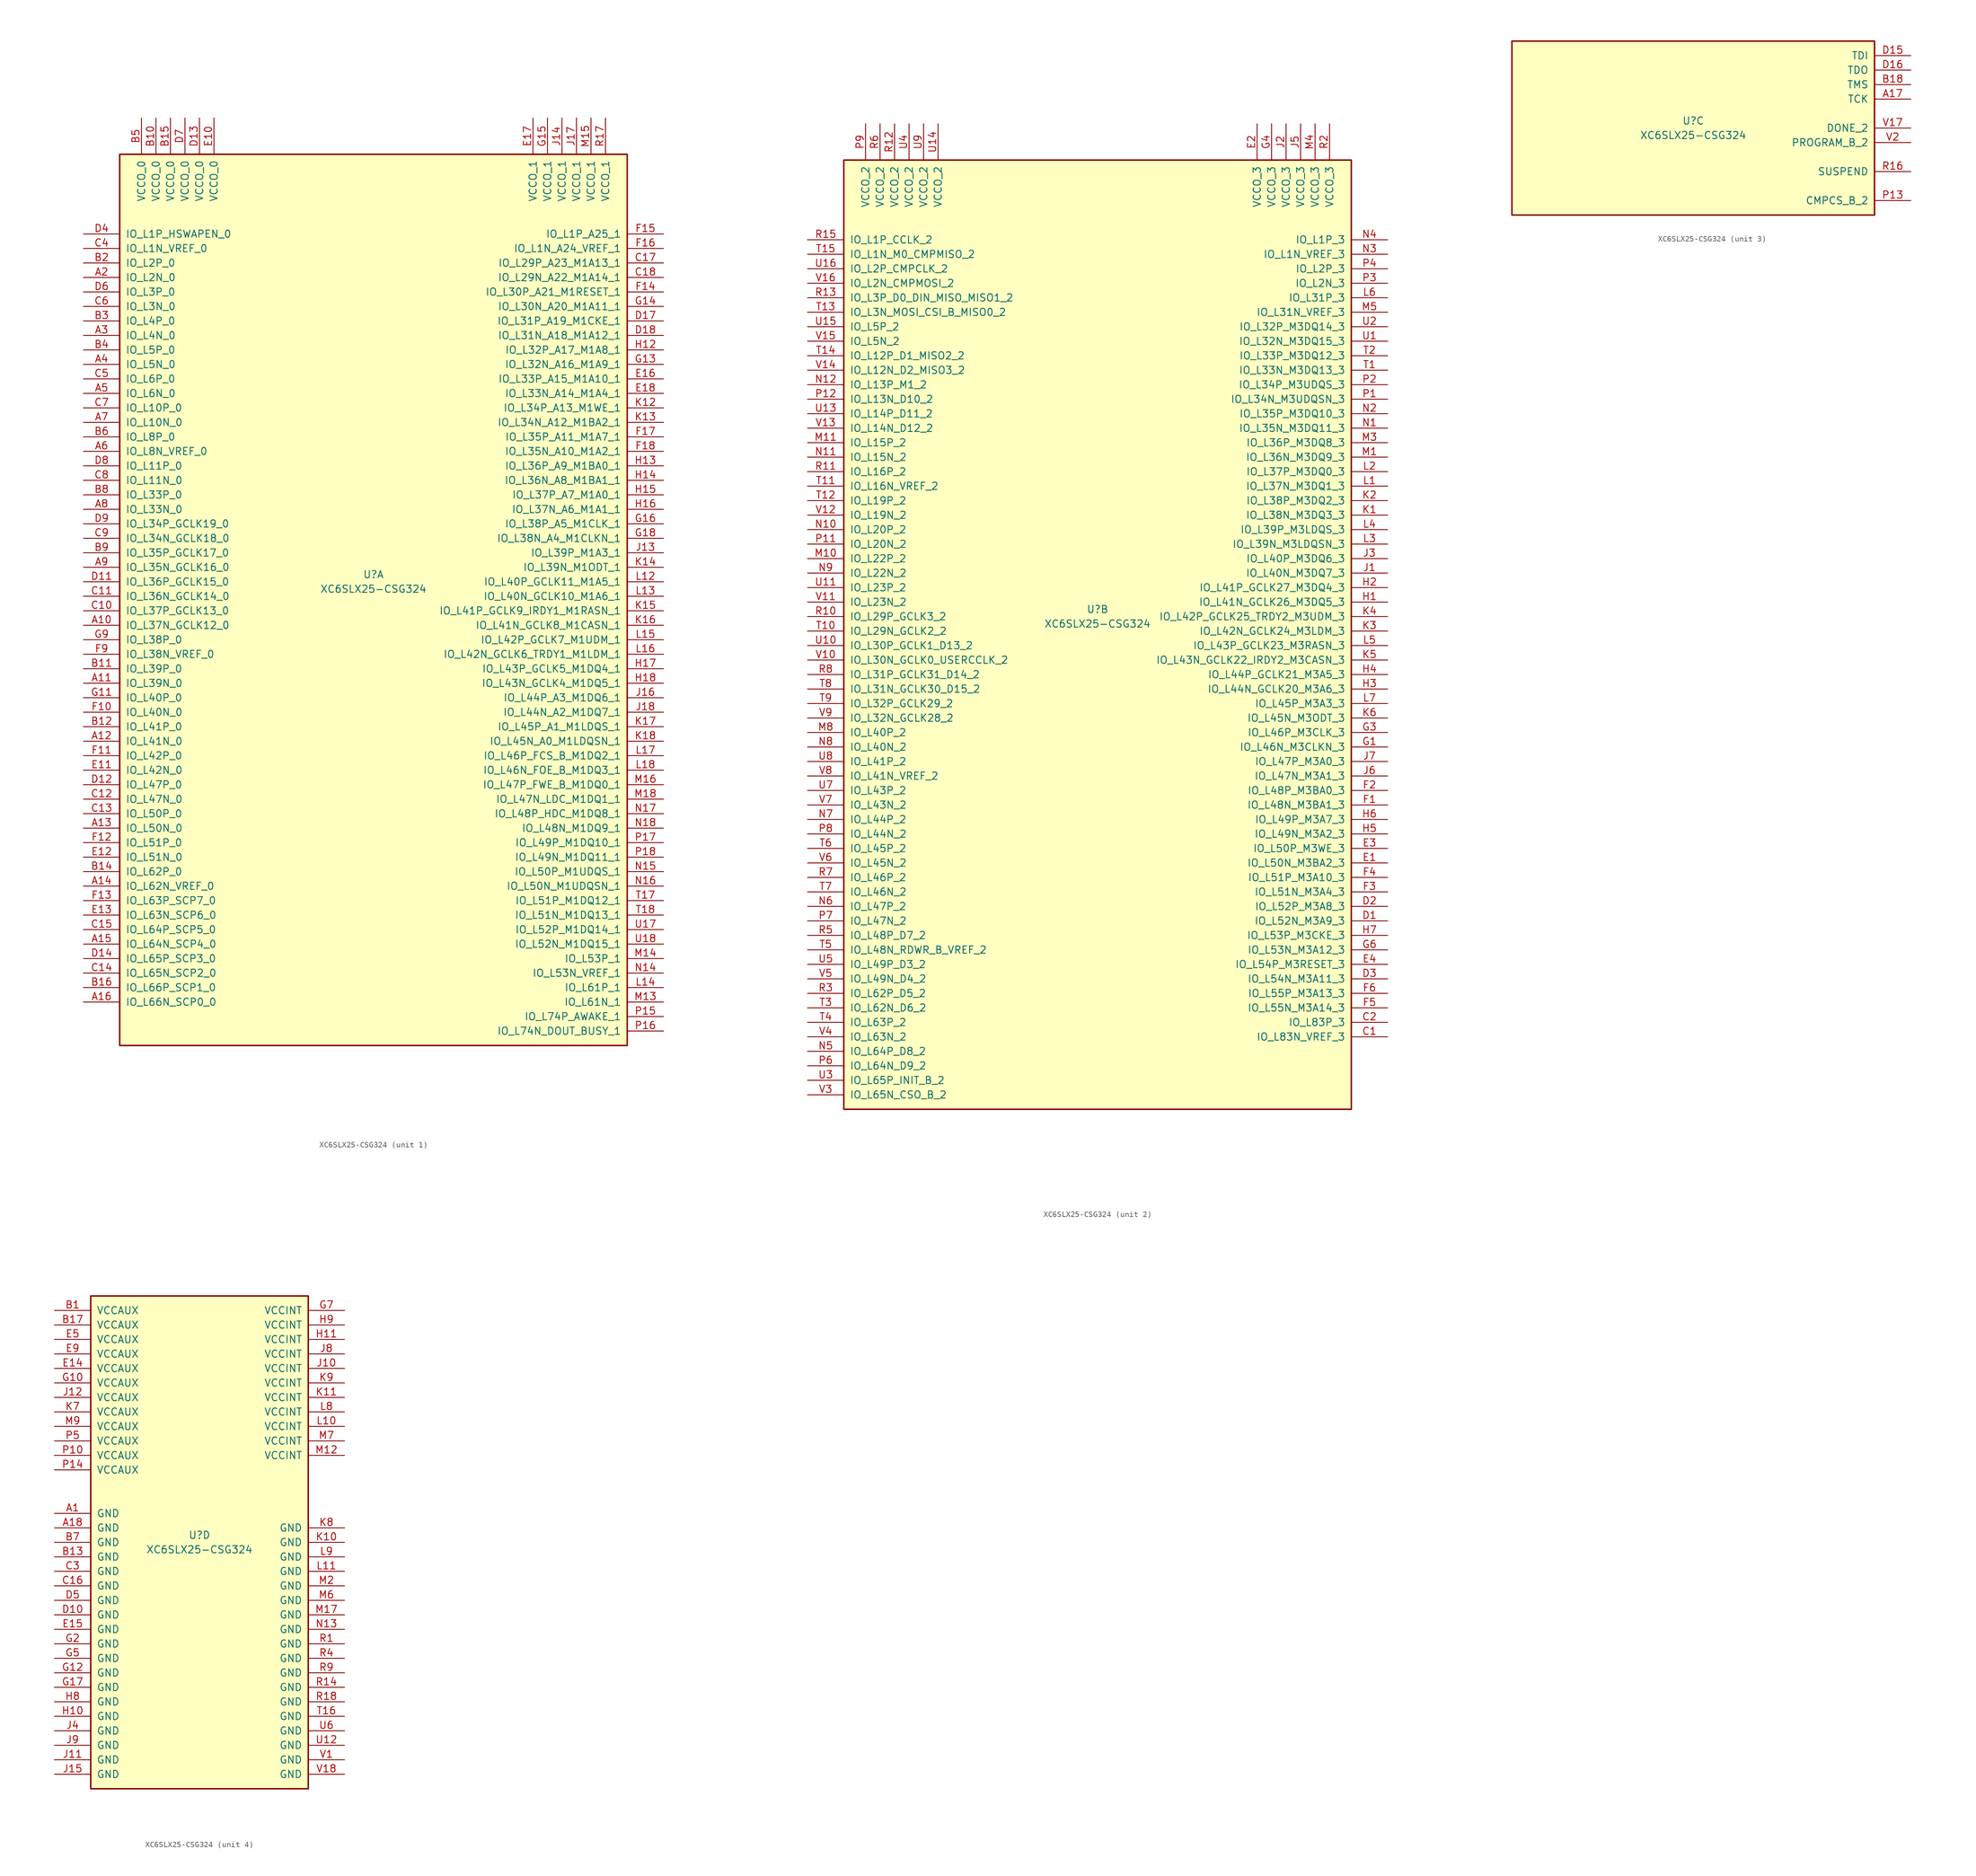
<source format=kicad_sym>
(kicad_symbol_lib
  (version 20201005)
  (generator kicad_symbol_editor)
  (symbol "XC6SLX25-CSG324"
    (pin_names
      (offset 1.016))
    (property "Reference" "U"
      (at 0 1.27 0)
      (effects (font (size 1.27 1.27))))
    (property "Value" "XC6SLX25-CSG324"
      (at 0 -1.27 0)
      (effects (font (size 1.27 1.27))))
    (property "Datasheet" ""
      (at 0 0 0)
      (effects (font (size 1.27 1.27))))
    (property "ki_locked" ""
      (at 0 0 0)
      (effects (font (size 1.27 1.27))))
    (symbol "XC6SLX25-CSG324_1_1"
      (rectangle (start -44.45 74.93) (end 44.45 -81.28) (stroke (width 0.254)) (fill (type background)))
      (pin power_in line (at -40.64 81.28 270) (length 6.35) (name "VCCO_0" (effects (font (size 1.27 1.27)))) (number "B5" (effects (font (size 1.27 1.27)))))
      (pin power_in line (at -38.1 81.28 270) (length 6.35) (name "VCCO_0" (effects (font (size 1.27 1.27)))) (number "B10" (effects (font (size 1.27 1.27)))))
      (pin power_in line (at -35.56 81.28 270) (length 6.35) (name "VCCO_0" (effects (font (size 1.27 1.27)))) (number "B15" (effects (font (size 1.27 1.27)))))
      (pin power_in line (at -33.02 81.28 270) (length 6.35) (name "VCCO_0" (effects (font (size 1.27 1.27)))) (number "D7" (effects (font (size 1.27 1.27)))))
      (pin power_in line (at -30.48 81.28 270) (length 6.35) (name "VCCO_0" (effects (font (size 1.27 1.27)))) (number "D13" (effects (font (size 1.27 1.27)))))
      (pin power_in line (at -27.94 81.28 270) (length 6.35) (name "VCCO_0" (effects (font (size 1.27 1.27)))) (number "E10" (effects (font (size 1.27 1.27)))))
      (pin bidirectional line (at -50.8 60.96 0) (length 6.35) (name "IO_L1P_HSWAPEN_0" (effects (font (size 1.27 1.27)))) (number "D4" (effects (font (size 1.27 1.27)))))
      (pin bidirectional line (at -50.8 58.42 0) (length 6.35) (name "IO_L1N_VREF_0" (effects (font (size 1.27 1.27)))) (number "C4" (effects (font (size 1.27 1.27)))))
      (pin bidirectional line (at -50.8 55.88 0) (length 6.35) (name "IO_L2P_0" (effects (font (size 1.27 1.27)))) (number "B2" (effects (font (size 1.27 1.27)))))
      (pin bidirectional line (at -50.8 53.34 0) (length 6.35) (name "IO_L2N_0" (effects (font (size 1.27 1.27)))) (number "A2" (effects (font (size 1.27 1.27)))))
      (pin bidirectional line (at -50.8 50.8 0) (length 6.35) (name "IO_L3P_0" (effects (font (size 1.27 1.27)))) (number "D6" (effects (font (size 1.27 1.27)))))
      (pin bidirectional line (at -50.8 48.26 0) (length 6.35) (name "IO_L3N_0" (effects (font (size 1.27 1.27)))) (number "C6" (effects (font (size 1.27 1.27)))))
      (pin bidirectional line (at -50.8 45.72 0) (length 6.35) (name "IO_L4P_0" (effects (font (size 1.27 1.27)))) (number "B3" (effects (font (size 1.27 1.27)))))
      (pin bidirectional line (at -50.8 43.18 0) (length 6.35) (name "IO_L4N_0" (effects (font (size 1.27 1.27)))) (number "A3" (effects (font (size 1.27 1.27)))))
      (pin bidirectional line (at -50.8 40.64 0) (length 6.35) (name "IO_L5P_0" (effects (font (size 1.27 1.27)))) (number "B4" (effects (font (size 1.27 1.27)))))
      (pin bidirectional line (at -50.8 38.1 0) (length 6.35) (name "IO_L5N_0" (effects (font (size 1.27 1.27)))) (number "A4" (effects (font (size 1.27 1.27)))))
      (pin bidirectional line (at -50.8 35.56 0) (length 6.35) (name "IO_L6P_0" (effects (font (size 1.27 1.27)))) (number "C5" (effects (font (size 1.27 1.27)))))
      (pin bidirectional line (at -50.8 33.02 0) (length 6.35) (name "IO_L6N_0" (effects (font (size 1.27 1.27)))) (number "A5" (effects (font (size 1.27 1.27)))))
      (pin bidirectional line (at -50.8 30.48 0) (length 6.35) (name "IO_L10P_0" (effects (font (size 1.27 1.27)))) (number "C7" (effects (font (size 1.27 1.27)))))
      (pin bidirectional line (at -50.8 27.94 0) (length 6.35) (name "IO_L10N_0" (effects (font (size 1.27 1.27)))) (number "A7" (effects (font (size 1.27 1.27)))))
      (pin bidirectional line (at -50.8 25.4 0) (length 6.35) (name "IO_L8P_0" (effects (font (size 1.27 1.27)))) (number "B6" (effects (font (size 1.27 1.27)))))
      (pin bidirectional line (at -50.8 22.86 0) (length 6.35) (name "IO_L8N_VREF_0" (effects (font (size 1.27 1.27)))) (number "A6" (effects (font (size 1.27 1.27)))))
      (pin bidirectional line (at -50.8 20.32 0) (length 6.35) (name "IO_L11P_0" (effects (font (size 1.27 1.27)))) (number "D8" (effects (font (size 1.27 1.27)))))
      (pin bidirectional line (at -50.8 17.78 0) (length 6.35) (name "IO_L11N_0" (effects (font (size 1.27 1.27)))) (number "C8" (effects (font (size 1.27 1.27)))))
      (pin bidirectional line (at -50.8 15.24 0) (length 6.35) (name "IO_L33P_0" (effects (font (size 1.27 1.27)))) (number "B8" (effects (font (size 1.27 1.27)))))
      (pin bidirectional line (at -50.8 12.7 0) (length 6.35) (name "IO_L33N_0" (effects (font (size 1.27 1.27)))) (number "A8" (effects (font (size 1.27 1.27)))))
      (pin bidirectional line (at -50.8 10.16 0) (length 6.35) (name "IO_L34P_GCLK19_0" (effects (font (size 1.27 1.27)))) (number "D9" (effects (font (size 1.27 1.27)))))
      (pin bidirectional line (at -50.8 7.62 0) (length 6.35) (name "IO_L34N_GCLK18_0" (effects (font (size 1.27 1.27)))) (number "C9" (effects (font (size 1.27 1.27)))))
      (pin bidirectional line (at -50.8 5.08 0) (length 6.35) (name "IO_L35P_GCLK17_0" (effects (font (size 1.27 1.27)))) (number "B9" (effects (font (size 1.27 1.27)))))
      (pin bidirectional line (at -50.8 2.54 0) (length 6.35) (name "IO_L35N_GCLK16_0" (effects (font (size 1.27 1.27)))) (number "A9" (effects (font (size 1.27 1.27)))))
      (pin bidirectional line (at -50.8 0 0) (length 6.35) (name "IO_L36P_GCLK15_0" (effects (font (size 1.27 1.27)))) (number "D11" (effects (font (size 1.27 1.27)))))
      (pin bidirectional line (at -50.8 -2.54 0) (length 6.35) (name "IO_L36N_GCLK14_0" (effects (font (size 1.27 1.27)))) (number "C11" (effects (font (size 1.27 1.27)))))
      (pin bidirectional line (at -50.8 -5.08 0) (length 6.35) (name "IO_L37P_GCLK13_0" (effects (font (size 1.27 1.27)))) (number "C10" (effects (font (size 1.27 1.27)))))
      (pin bidirectional line (at -50.8 -7.62 0) (length 6.35) (name "IO_L37N_GCLK12_0" (effects (font (size 1.27 1.27)))) (number "A10" (effects (font (size 1.27 1.27)))))
      (pin bidirectional line (at -50.8 -10.16 0) (length 6.35) (name "IO_L38P_0" (effects (font (size 1.27 1.27)))) (number "G9" (effects (font (size 1.27 1.27)))))
      (pin bidirectional line (at -50.8 -12.7 0) (length 6.35) (name "IO_L38N_VREF_0" (effects (font (size 1.27 1.27)))) (number "F9" (effects (font (size 1.27 1.27)))))
      (pin bidirectional line (at -50.8 -15.24 0) (length 6.35) (name "IO_L39P_0" (effects (font (size 1.27 1.27)))) (number "B11" (effects (font (size 1.27 1.27)))))
      (pin bidirectional line (at -50.8 -17.78 0) (length 6.35) (name "IO_L39N_0" (effects (font (size 1.27 1.27)))) (number "A11" (effects (font (size 1.27 1.27)))))
      (pin bidirectional line (at -50.8 -20.32 0) (length 6.35) (name "IO_L40P_0" (effects (font (size 1.27 1.27)))) (number "G11" (effects (font (size 1.27 1.27)))))
      (pin bidirectional line (at -50.8 -22.86 0) (length 6.35) (name "IO_L40N_0" (effects (font (size 1.27 1.27)))) (number "F10" (effects (font (size 1.27 1.27)))))
      (pin bidirectional line (at -50.8 -25.4 0) (length 6.35) (name "IO_L41P_0" (effects (font (size 1.27 1.27)))) (number "B12" (effects (font (size 1.27 1.27)))))
      (pin bidirectional line (at -50.8 -27.94 0) (length 6.35) (name "IO_L41N_0" (effects (font (size 1.27 1.27)))) (number "A12" (effects (font (size 1.27 1.27)))))
      (pin bidirectional line (at -50.8 -30.48 0) (length 6.35) (name "IO_L42P_0" (effects (font (size 1.27 1.27)))) (number "F11" (effects (font (size 1.27 1.27)))))
      (pin bidirectional line (at -50.8 -33.02 0) (length 6.35) (name "IO_L42N_0" (effects (font (size 1.27 1.27)))) (number "E11" (effects (font (size 1.27 1.27)))))
      (pin bidirectional line (at -50.8 -35.56 0) (length 6.35) (name "IO_L47P_0" (effects (font (size 1.27 1.27)))) (number "D12" (effects (font (size 1.27 1.27)))))
      (pin bidirectional line (at -50.8 -38.1 0) (length 6.35) (name "IO_L47N_0" (effects (font (size 1.27 1.27)))) (number "C12" (effects (font (size 1.27 1.27)))))
      (pin bidirectional line (at -50.8 -40.64 0) (length 6.35) (name "IO_L50P_0" (effects (font (size 1.27 1.27)))) (number "C13" (effects (font (size 1.27 1.27)))))
      (pin bidirectional line (at -50.8 -43.18 0) (length 6.35) (name "IO_L50N_0" (effects (font (size 1.27 1.27)))) (number "A13" (effects (font (size 1.27 1.27)))))
      (pin bidirectional line (at -50.8 -45.72 0) (length 6.35) (name "IO_L51P_0" (effects (font (size 1.27 1.27)))) (number "F12" (effects (font (size 1.27 1.27)))))
      (pin bidirectional line (at -50.8 -48.26 0) (length 6.35) (name "IO_L51N_0" (effects (font (size 1.27 1.27)))) (number "E12" (effects (font (size 1.27 1.27)))))
      (pin bidirectional line (at -50.8 -50.8 0) (length 6.35) (name "IO_L62P_0" (effects (font (size 1.27 1.27)))) (number "B14" (effects (font (size 1.27 1.27)))))
      (pin bidirectional line (at -50.8 -53.34 0) (length 6.35) (name "IO_L62N_VREF_0" (effects (font (size 1.27 1.27)))) (number "A14" (effects (font (size 1.27 1.27)))))
      (pin bidirectional line (at -50.8 -55.88 0) (length 6.35) (name "IO_L63P_SCP7_0" (effects (font (size 1.27 1.27)))) (number "F13" (effects (font (size 1.27 1.27)))))
      (pin bidirectional line (at -50.8 -58.42 0) (length 6.35) (name "IO_L63N_SCP6_0" (effects (font (size 1.27 1.27)))) (number "E13" (effects (font (size 1.27 1.27)))))
      (pin bidirectional line (at -50.8 -60.96 0) (length 6.35) (name "IO_L64P_SCP5_0" (effects (font (size 1.27 1.27)))) (number "C15" (effects (font (size 1.27 1.27)))))
      (pin bidirectional line (at -50.8 -63.5 0) (length 6.35) (name "IO_L64N_SCP4_0" (effects (font (size 1.27 1.27)))) (number "A15" (effects (font (size 1.27 1.27)))))
      (pin bidirectional line (at -50.8 -66.04 0) (length 6.35) (name "IO_L65P_SCP3_0" (effects (font (size 1.27 1.27)))) (number "D14" (effects (font (size 1.27 1.27)))))
      (pin bidirectional line (at -50.8 -68.58 0) (length 6.35) (name "IO_L65N_SCP2_0" (effects (font (size 1.27 1.27)))) (number "C14" (effects (font (size 1.27 1.27)))))
      (pin bidirectional line (at -50.8 -71.12 0) (length 6.35) (name "IO_L66P_SCP1_0" (effects (font (size 1.27 1.27)))) (number "B16" (effects (font (size 1.27 1.27)))))
      (pin bidirectional line (at -50.8 -73.66 0) (length 6.35) (name "IO_L66N_SCP0_0" (effects (font (size 1.27 1.27)))) (number "A16" (effects (font (size 1.27 1.27)))))
      (pin power_in line (at 27.94 81.28 270) (length 6.35) (name "VCCO_1" (effects (font (size 1.27 1.27)))) (number "E17" (effects (font (size 1.27 1.27)))))
      (pin power_in line (at 30.48 81.28 270) (length 6.35) (name "VCCO_1" (effects (font (size 1.27 1.27)))) (number "G15" (effects (font (size 1.27 1.27)))))
      (pin power_in line (at 33.02 81.28 270) (length 6.35) (name "VCCO_1" (effects (font (size 1.27 1.27)))) (number "J14" (effects (font (size 1.27 1.27)))))
      (pin power_in line (at 35.56 81.28 270) (length 6.35) (name "VCCO_1" (effects (font (size 1.27 1.27)))) (number "J17" (effects (font (size 1.27 1.27)))))
      (pin power_in line (at 38.1 81.28 270) (length 6.35) (name "VCCO_1" (effects (font (size 1.27 1.27)))) (number "M15" (effects (font (size 1.27 1.27)))))
      (pin power_in line (at 40.64 81.28 270) (length 6.35) (name "VCCO_1" (effects (font (size 1.27 1.27)))) (number "R17" (effects (font (size 1.27 1.27)))))
      (pin bidirectional line (at 50.8 60.96 180) (length 6.35) (name "IO_L1P_A25_1" (effects (font (size 1.27 1.27)))) (number "F15" (effects (font (size 1.27 1.27)))))
      (pin bidirectional line (at 50.8 58.42 180) (length 6.35) (name "IO_L1N_A24_VREF_1" (effects (font (size 1.27 1.27)))) (number "F16" (effects (font (size 1.27 1.27)))))
      (pin bidirectional line (at 50.8 55.88 180) (length 6.35) (name "IO_L29P_A23_M1A13_1" (effects (font (size 1.27 1.27)))) (number "C17" (effects (font (size 1.27 1.27)))))
      (pin bidirectional line (at 50.8 53.34 180) (length 6.35) (name "IO_L29N_A22_M1A14_1" (effects (font (size 1.27 1.27)))) (number "C18" (effects (font (size 1.27 1.27)))))
      (pin bidirectional line (at 50.8 50.8 180) (length 6.35) (name "IO_L30P_A21_M1RESET_1" (effects (font (size 1.27 1.27)))) (number "F14" (effects (font (size 1.27 1.27)))))
      (pin bidirectional line (at 50.8 48.26 180) (length 6.35) (name "IO_L30N_A20_M1A11_1" (effects (font (size 1.27 1.27)))) (number "G14" (effects (font (size 1.27 1.27)))))
      (pin bidirectional line (at 50.8 45.72 180) (length 6.35) (name "IO_L31P_A19_M1CKE_1" (effects (font (size 1.27 1.27)))) (number "D17" (effects (font (size 1.27 1.27)))))
      (pin bidirectional line (at 50.8 43.18 180) (length 6.35) (name "IO_L31N_A18_M1A12_1" (effects (font (size 1.27 1.27)))) (number "D18" (effects (font (size 1.27 1.27)))))
      (pin bidirectional line (at 50.8 40.64 180) (length 6.35) (name "IO_L32P_A17_M1A8_1" (effects (font (size 1.27 1.27)))) (number "H12" (effects (font (size 1.27 1.27)))))
      (pin bidirectional line (at 50.8 38.1 180) (length 6.35) (name "IO_L32N_A16_M1A9_1" (effects (font (size 1.27 1.27)))) (number "G13" (effects (font (size 1.27 1.27)))))
      (pin bidirectional line (at 50.8 35.56 180) (length 6.35) (name "IO_L33P_A15_M1A10_1" (effects (font (size 1.27 1.27)))) (number "E16" (effects (font (size 1.27 1.27)))))
      (pin bidirectional line (at 50.8 33.02 180) (length 6.35) (name "IO_L33N_A14_M1A4_1" (effects (font (size 1.27 1.27)))) (number "E18" (effects (font (size 1.27 1.27)))))
      (pin bidirectional line (at 50.8 30.48 180) (length 6.35) (name "IO_L34P_A13_M1WE_1" (effects (font (size 1.27 1.27)))) (number "K12" (effects (font (size 1.27 1.27)))))
      (pin bidirectional line (at 50.8 27.94 180) (length 6.35) (name "IO_L34N_A12_M1BA2_1" (effects (font (size 1.27 1.27)))) (number "K13" (effects (font (size 1.27 1.27)))))
      (pin bidirectional line (at 50.8 25.4 180) (length 6.35) (name "IO_L35P_A11_M1A7_1" (effects (font (size 1.27 1.27)))) (number "F17" (effects (font (size 1.27 1.27)))))
      (pin bidirectional line (at 50.8 22.86 180) (length 6.35) (name "IO_L35N_A10_M1A2_1" (effects (font (size 1.27 1.27)))) (number "F18" (effects (font (size 1.27 1.27)))))
      (pin bidirectional line (at 50.8 20.32 180) (length 6.35) (name "IO_L36P_A9_M1BA0_1" (effects (font (size 1.27 1.27)))) (number "H13" (effects (font (size 1.27 1.27)))))
      (pin bidirectional line (at 50.8 17.78 180) (length 6.35) (name "IO_L36N_A8_M1BA1_1" (effects (font (size 1.27 1.27)))) (number "H14" (effects (font (size 1.27 1.27)))))
      (pin bidirectional line (at 50.8 15.24 180) (length 6.35) (name "IO_L37P_A7_M1A0_1" (effects (font (size 1.27 1.27)))) (number "H15" (effects (font (size 1.27 1.27)))))
      (pin bidirectional line (at 50.8 12.7 180) (length 6.35) (name "IO_L37N_A6_M1A1_1" (effects (font (size 1.27 1.27)))) (number "H16" (effects (font (size 1.27 1.27)))))
      (pin bidirectional line (at 50.8 10.16 180) (length 6.35) (name "IO_L38P_A5_M1CLK_1" (effects (font (size 1.27 1.27)))) (number "G16" (effects (font (size 1.27 1.27)))))
      (pin bidirectional line (at 50.8 7.62 180) (length 6.35) (name "IO_L38N_A4_M1CLKN_1" (effects (font (size 1.27 1.27)))) (number "G18" (effects (font (size 1.27 1.27)))))
      (pin bidirectional line (at 50.8 5.08 180) (length 6.35) (name "IO_L39P_M1A3_1" (effects (font (size 1.27 1.27)))) (number "J13" (effects (font (size 1.27 1.27)))))
      (pin bidirectional line (at 50.8 2.54 180) (length 6.35) (name "IO_L39N_M1ODT_1" (effects (font (size 1.27 1.27)))) (number "K14" (effects (font (size 1.27 1.27)))))
      (pin bidirectional line (at 50.8 0 180) (length 6.35) (name "IO_L40P_GCLK11_M1A5_1" (effects (font (size 1.27 1.27)))) (number "L12" (effects (font (size 1.27 1.27)))))
      (pin bidirectional line (at 50.8 -2.54 180) (length 6.35) (name "IO_L40N_GCLK10_M1A6_1" (effects (font (size 1.27 1.27)))) (number "L13" (effects (font (size 1.27 1.27)))))
      (pin bidirectional line (at 50.8 -5.08 180) (length 6.35) (name "IO_L41P_GCLK9_IRDY1_M1RASN_1" (effects (font (size 1.27 1.27)))) (number "K15" (effects (font (size 1.27 1.27)))))
      (pin bidirectional line (at 50.8 -7.62 180) (length 6.35) (name "IO_L41N_GCLK8_M1CASN_1" (effects (font (size 1.27 1.27)))) (number "K16" (effects (font (size 1.27 1.27)))))
      (pin bidirectional line (at 50.8 -10.16 180) (length 6.35) (name "IO_L42P_GCLK7_M1UDM_1" (effects (font (size 1.27 1.27)))) (number "L15" (effects (font (size 1.27 1.27)))))
      (pin bidirectional line (at 50.8 -12.7 180) (length 6.35) (name "IO_L42N_GCLK6_TRDY1_M1LDM_1" (effects (font (size 1.27 1.27)))) (number "L16" (effects (font (size 1.27 1.27)))))
      (pin bidirectional line (at 50.8 -15.24 180) (length 6.35) (name "IO_L43P_GCLK5_M1DQ4_1" (effects (font (size 1.27 1.27)))) (number "H17" (effects (font (size 1.27 1.27)))))
      (pin bidirectional line (at 50.8 -17.78 180) (length 6.35) (name "IO_L43N_GCLK4_M1DQ5_1" (effects (font (size 1.27 1.27)))) (number "H18" (effects (font (size 1.27 1.27)))))
      (pin bidirectional line (at 50.8 -20.32 180) (length 6.35) (name "IO_L44P_A3_M1DQ6_1" (effects (font (size 1.27 1.27)))) (number "J16" (effects (font (size 1.27 1.27)))))
      (pin bidirectional line (at 50.8 -22.86 180) (length 6.35) (name "IO_L44N_A2_M1DQ7_1" (effects (font (size 1.27 1.27)))) (number "J18" (effects (font (size 1.27 1.27)))))
      (pin bidirectional line (at 50.8 -25.4 180) (length 6.35) (name "IO_L45P_A1_M1LDQS_1" (effects (font (size 1.27 1.27)))) (number "K17" (effects (font (size 1.27 1.27)))))
      (pin bidirectional line (at 50.8 -27.94 180) (length 6.35) (name "IO_L45N_A0_M1LDQSN_1" (effects (font (size 1.27 1.27)))) (number "K18" (effects (font (size 1.27 1.27)))))
      (pin bidirectional line (at 50.8 -30.48 180) (length 6.35) (name "IO_L46P_FCS_B_M1DQ2_1" (effects (font (size 1.27 1.27)))) (number "L17" (effects (font (size 1.27 1.27)))))
      (pin bidirectional line (at 50.8 -33.02 180) (length 6.35) (name "IO_L46N_FOE_B_M1DQ3_1" (effects (font (size 1.27 1.27)))) (number "L18" (effects (font (size 1.27 1.27)))))
      (pin bidirectional line (at 50.8 -35.56 180) (length 6.35) (name "IO_L47P_FWE_B_M1DQ0_1" (effects (font (size 1.27 1.27)))) (number "M16" (effects (font (size 1.27 1.27)))))
      (pin bidirectional line (at 50.8 -38.1 180) (length 6.35) (name "IO_L47N_LDC_M1DQ1_1" (effects (font (size 1.27 1.27)))) (number "M18" (effects (font (size 1.27 1.27)))))
      (pin bidirectional line (at 50.8 -40.64 180) (length 6.35) (name "IO_L48P_HDC_M1DQ8_1" (effects (font (size 1.27 1.27)))) (number "N17" (effects (font (size 1.27 1.27)))))
      (pin bidirectional line (at 50.8 -43.18 180) (length 6.35) (name "IO_L48N_M1DQ9_1" (effects (font (size 1.27 1.27)))) (number "N18" (effects (font (size 1.27 1.27)))))
      (pin bidirectional line (at 50.8 -45.72 180) (length 6.35) (name "IO_L49P_M1DQ10_1" (effects (font (size 1.27 1.27)))) (number "P17" (effects (font (size 1.27 1.27)))))
      (pin bidirectional line (at 50.8 -48.26 180) (length 6.35) (name "IO_L49N_M1DQ11_1" (effects (font (size 1.27 1.27)))) (number "P18" (effects (font (size 1.27 1.27)))))
      (pin bidirectional line (at 50.8 -50.8 180) (length 6.35) (name "IO_L50P_M1UDQS_1" (effects (font (size 1.27 1.27)))) (number "N15" (effects (font (size 1.27 1.27)))))
      (pin bidirectional line (at 50.8 -53.34 180) (length 6.35) (name "IO_L50N_M1UDQSN_1" (effects (font (size 1.27 1.27)))) (number "N16" (effects (font (size 1.27 1.27)))))
      (pin bidirectional line (at 50.8 -55.88 180) (length 6.35) (name "IO_L51P_M1DQ12_1" (effects (font (size 1.27 1.27)))) (number "T17" (effects (font (size 1.27 1.27)))))
      (pin bidirectional line (at 50.8 -58.42 180) (length 6.35) (name "IO_L51N_M1DQ13_1" (effects (font (size 1.27 1.27)))) (number "T18" (effects (font (size 1.27 1.27)))))
      (pin bidirectional line (at 50.8 -60.96 180) (length 6.35) (name "IO_L52P_M1DQ14_1" (effects (font (size 1.27 1.27)))) (number "U17" (effects (font (size 1.27 1.27)))))
      (pin bidirectional line (at 50.8 -63.5 180) (length 6.35) (name "IO_L52N_M1DQ15_1" (effects (font (size 1.27 1.27)))) (number "U18" (effects (font (size 1.27 1.27)))))
      (pin bidirectional line (at 50.8 -66.04 180) (length 6.35) (name "IO_L53P_1" (effects (font (size 1.27 1.27)))) (number "M14" (effects (font (size 1.27 1.27)))))
      (pin bidirectional line (at 50.8 -68.58 180) (length 6.35) (name "IO_L53N_VREF_1" (effects (font (size 1.27 1.27)))) (number "N14" (effects (font (size 1.27 1.27)))))
      (pin bidirectional line (at 50.8 -71.12 180) (length 6.35) (name "IO_L61P_1" (effects (font (size 1.27 1.27)))) (number "L14" (effects (font (size 1.27 1.27)))))
      (pin bidirectional line (at 50.8 -73.66 180) (length 6.35) (name "IO_L61N_1" (effects (font (size 1.27 1.27)))) (number "M13" (effects (font (size 1.27 1.27)))))
      (pin bidirectional line (at 50.8 -76.2 180) (length 6.35) (name "IO_L74P_AWAKE_1" (effects (font (size 1.27 1.27)))) (number "P15" (effects (font (size 1.27 1.27)))))
      (pin bidirectional line (at 50.8 -78.74 180) (length 6.35) (name "IO_L74N_DOUT_BUSY_1" (effects (font (size 1.27 1.27)))) (number "P16" (effects (font (size 1.27 1.27))))))
    (symbol "XC6SLX25-CSG324_2_1"
      (rectangle (start -44.45 80.01) (end 44.45 -86.36) (stroke (width 0.254)) (fill (type background)))
      (pin power_in line (at -40.64 86.36 270) (length 6.35) (name "VCCO_2" (effects (font (size 1.27 1.27)))) (number "P9" (effects (font (size 1.27 1.27)))))
      (pin power_in line (at -38.1 86.36 270) (length 6.35) (name "VCCO_2" (effects (font (size 1.27 1.27)))) (number "R6" (effects (font (size 1.27 1.27)))))
      (pin power_in line (at -35.56 86.36 270) (length 6.35) (name "VCCO_2" (effects (font (size 1.27 1.27)))) (number "R12" (effects (font (size 1.27 1.27)))))
      (pin power_in line (at -33.02 86.36 270) (length 6.35) (name "VCCO_2" (effects (font (size 1.27 1.27)))) (number "U4" (effects (font (size 1.27 1.27)))))
      (pin power_in line (at -30.48 86.36 270) (length 6.35) (name "VCCO_2" (effects (font (size 1.27 1.27)))) (number "U9" (effects (font (size 1.27 1.27)))))
      (pin power_in line (at -27.94 86.36 270) (length 6.35) (name "VCCO_2" (effects (font (size 1.27 1.27)))) (number "U14" (effects (font (size 1.27 1.27)))))
      (pin bidirectional line (at -50.8 66.04 0) (length 6.35) (name "IO_L1P_CCLK_2" (effects (font (size 1.27 1.27)))) (number "R15" (effects (font (size 1.27 1.27)))))
      (pin bidirectional line (at -50.8 63.5 0) (length 6.35) (name "IO_L1N_M0_CMPMISO_2" (effects (font (size 1.27 1.27)))) (number "T15" (effects (font (size 1.27 1.27)))))
      (pin bidirectional line (at -50.8 60.96 0) (length 6.35) (name "IO_L2P_CMPCLK_2" (effects (font (size 1.27 1.27)))) (number "U16" (effects (font (size 1.27 1.27)))))
      (pin bidirectional line (at -50.8 58.42 0) (length 6.35) (name "IO_L2N_CMPMOSI_2" (effects (font (size 1.27 1.27)))) (number "V16" (effects (font (size 1.27 1.27)))))
      (pin bidirectional line (at -50.8 55.88 0) (length 6.35) (name "IO_L3P_D0_DIN_MISO_MISO1_2" (effects (font (size 1.27 1.27)))) (number "R13" (effects (font (size 1.27 1.27)))))
      (pin bidirectional line (at -50.8 53.34 0) (length 6.35) (name "IO_L3N_MOSI_CSI_B_MISO0_2" (effects (font (size 1.27 1.27)))) (number "T13" (effects (font (size 1.27 1.27)))))
      (pin bidirectional line (at -50.8 50.8 0) (length 6.35) (name "IO_L5P_2" (effects (font (size 1.27 1.27)))) (number "U15" (effects (font (size 1.27 1.27)))))
      (pin bidirectional line (at -50.8 48.26 0) (length 6.35) (name "IO_L5N_2" (effects (font (size 1.27 1.27)))) (number "V15" (effects (font (size 1.27 1.27)))))
      (pin bidirectional line (at -50.8 45.72 0) (length 6.35) (name "IO_L12P_D1_MISO2_2" (effects (font (size 1.27 1.27)))) (number "T14" (effects (font (size 1.27 1.27)))))
      (pin bidirectional line (at -50.8 43.18 0) (length 6.35) (name "IO_L12N_D2_MISO3_2" (effects (font (size 1.27 1.27)))) (number "V14" (effects (font (size 1.27 1.27)))))
      (pin bidirectional line (at -50.8 40.64 0) (length 6.35) (name "IO_L13P_M1_2" (effects (font (size 1.27 1.27)))) (number "N12" (effects (font (size 1.27 1.27)))))
      (pin bidirectional line (at -50.8 38.1 0) (length 6.35) (name "IO_L13N_D10_2" (effects (font (size 1.27 1.27)))) (number "P12" (effects (font (size 1.27 1.27)))))
      (pin bidirectional line (at -50.8 35.56 0) (length 6.35) (name "IO_L14P_D11_2" (effects (font (size 1.27 1.27)))) (number "U13" (effects (font (size 1.27 1.27)))))
      (pin bidirectional line (at -50.8 33.02 0) (length 6.35) (name "IO_L14N_D12_2" (effects (font (size 1.27 1.27)))) (number "V13" (effects (font (size 1.27 1.27)))))
      (pin bidirectional line (at -50.8 30.48 0) (length 6.35) (name "IO_L15P_2" (effects (font (size 1.27 1.27)))) (number "M11" (effects (font (size 1.27 1.27)))))
      (pin bidirectional line (at -50.8 27.94 0) (length 6.35) (name "IO_L15N_2" (effects (font (size 1.27 1.27)))) (number "N11" (effects (font (size 1.27 1.27)))))
      (pin bidirectional line (at -50.8 25.4 0) (length 6.35) (name "IO_L16P_2" (effects (font (size 1.27 1.27)))) (number "R11" (effects (font (size 1.27 1.27)))))
      (pin bidirectional line (at -50.8 22.86 0) (length 6.35) (name "IO_L16N_VREF_2" (effects (font (size 1.27 1.27)))) (number "T11" (effects (font (size 1.27 1.27)))))
      (pin bidirectional line (at -50.8 20.32 0) (length 6.35) (name "IO_L19P_2" (effects (font (size 1.27 1.27)))) (number "T12" (effects (font (size 1.27 1.27)))))
      (pin bidirectional line (at -50.8 17.78 0) (length 6.35) (name "IO_L19N_2" (effects (font (size 1.27 1.27)))) (number "V12" (effects (font (size 1.27 1.27)))))
      (pin bidirectional line (at -50.8 15.24 0) (length 6.35) (name "IO_L20P_2" (effects (font (size 1.27 1.27)))) (number "N10" (effects (font (size 1.27 1.27)))))
      (pin bidirectional line (at -50.8 12.7 0) (length 6.35) (name "IO_L20N_2" (effects (font (size 1.27 1.27)))) (number "P11" (effects (font (size 1.27 1.27)))))
      (pin bidirectional line (at -50.8 10.16 0) (length 6.35) (name "IO_L22P_2" (effects (font (size 1.27 1.27)))) (number "M10" (effects (font (size 1.27 1.27)))))
      (pin bidirectional line (at -50.8 7.62 0) (length 6.35) (name "IO_L22N_2" (effects (font (size 1.27 1.27)))) (number "N9" (effects (font (size 1.27 1.27)))))
      (pin bidirectional line (at -50.8 5.08 0) (length 6.35) (name "IO_L23P_2" (effects (font (size 1.27 1.27)))) (number "U11" (effects (font (size 1.27 1.27)))))
      (pin bidirectional line (at -50.8 2.54 0) (length 6.35) (name "IO_L23N_2" (effects (font (size 1.27 1.27)))) (number "V11" (effects (font (size 1.27 1.27)))))
      (pin bidirectional line (at -50.8 0 0) (length 6.35) (name "IO_L29P_GCLK3_2" (effects (font (size 1.27 1.27)))) (number "R10" (effects (font (size 1.27 1.27)))))
      (pin bidirectional line (at -50.8 -2.54 0) (length 6.35) (name "IO_L29N_GCLK2_2" (effects (font (size 1.27 1.27)))) (number "T10" (effects (font (size 1.27 1.27)))))
      (pin bidirectional line (at -50.8 -5.08 0) (length 6.35) (name "IO_L30P_GCLK1_D13_2" (effects (font (size 1.27 1.27)))) (number "U10" (effects (font (size 1.27 1.27)))))
      (pin bidirectional line (at -50.8 -7.62 0) (length 6.35) (name "IO_L30N_GCLK0_USERCCLK_2" (effects (font (size 1.27 1.27)))) (number "V10" (effects (font (size 1.27 1.27)))))
      (pin bidirectional line (at -50.8 -10.16 0) (length 6.35) (name "IO_L31P_GCLK31_D14_2" (effects (font (size 1.27 1.27)))) (number "R8" (effects (font (size 1.27 1.27)))))
      (pin bidirectional line (at -50.8 -12.7 0) (length 6.35) (name "IO_L31N_GCLK30_D15_2" (effects (font (size 1.27 1.27)))) (number "T8" (effects (font (size 1.27 1.27)))))
      (pin bidirectional line (at -50.8 -15.24 0) (length 6.35) (name "IO_L32P_GCLK29_2" (effects (font (size 1.27 1.27)))) (number "T9" (effects (font (size 1.27 1.27)))))
      (pin bidirectional line (at -50.8 -17.78 0) (length 6.35) (name "IO_L32N_GCLK28_2" (effects (font (size 1.27 1.27)))) (number "V9" (effects (font (size 1.27 1.27)))))
      (pin bidirectional line (at -50.8 -20.32 0) (length 6.35) (name "IO_L40P_2" (effects (font (size 1.27 1.27)))) (number "M8" (effects (font (size 1.27 1.27)))))
      (pin bidirectional line (at -50.8 -22.86 0) (length 6.35) (name "IO_L40N_2" (effects (font (size 1.27 1.27)))) (number "N8" (effects (font (size 1.27 1.27)))))
      (pin bidirectional line (at -50.8 -25.4 0) (length 6.35) (name "IO_L41P_2" (effects (font (size 1.27 1.27)))) (number "U8" (effects (font (size 1.27 1.27)))))
      (pin bidirectional line (at -50.8 -27.94 0) (length 6.35) (name "IO_L41N_VREF_2" (effects (font (size 1.27 1.27)))) (number "V8" (effects (font (size 1.27 1.27)))))
      (pin bidirectional line (at -50.8 -30.48 0) (length 6.35) (name "IO_L43P_2" (effects (font (size 1.27 1.27)))) (number "U7" (effects (font (size 1.27 1.27)))))
      (pin bidirectional line (at -50.8 -33.02 0) (length 6.35) (name "IO_L43N_2" (effects (font (size 1.27 1.27)))) (number "V7" (effects (font (size 1.27 1.27)))))
      (pin bidirectional line (at -50.8 -35.56 0) (length 6.35) (name "IO_L44P_2" (effects (font (size 1.27 1.27)))) (number "N7" (effects (font (size 1.27 1.27)))))
      (pin bidirectional line (at -50.8 -38.1 0) (length 6.35) (name "IO_L44N_2" (effects (font (size 1.27 1.27)))) (number "P8" (effects (font (size 1.27 1.27)))))
      (pin bidirectional line (at -50.8 -40.64 0) (length 6.35) (name "IO_L45P_2" (effects (font (size 1.27 1.27)))) (number "T6" (effects (font (size 1.27 1.27)))))
      (pin bidirectional line (at -50.8 -43.18 0) (length 6.35) (name "IO_L45N_2" (effects (font (size 1.27 1.27)))) (number "V6" (effects (font (size 1.27 1.27)))))
      (pin bidirectional line (at -50.8 -45.72 0) (length 6.35) (name "IO_L46P_2" (effects (font (size 1.27 1.27)))) (number "R7" (effects (font (size 1.27 1.27)))))
      (pin bidirectional line (at -50.8 -48.26 0) (length 6.35) (name "IO_L46N_2" (effects (font (size 1.27 1.27)))) (number "T7" (effects (font (size 1.27 1.27)))))
      (pin bidirectional line (at -50.8 -50.8 0) (length 6.35) (name "IO_L47P_2" (effects (font (size 1.27 1.27)))) (number "N6" (effects (font (size 1.27 1.27)))))
      (pin bidirectional line (at -50.8 -53.34 0) (length 6.35) (name "IO_L47N_2" (effects (font (size 1.27 1.27)))) (number "P7" (effects (font (size 1.27 1.27)))))
      (pin bidirectional line (at -50.8 -55.88 0) (length 6.35) (name "IO_L48P_D7_2" (effects (font (size 1.27 1.27)))) (number "R5" (effects (font (size 1.27 1.27)))))
      (pin bidirectional line (at -50.8 -58.42 0) (length 6.35) (name "IO_L48N_RDWR_B_VREF_2" (effects (font (size 1.27 1.27)))) (number "T5" (effects (font (size 1.27 1.27)))))
      (pin bidirectional line (at -50.8 -60.96 0) (length 6.35) (name "IO_L49P_D3_2" (effects (font (size 1.27 1.27)))) (number "U5" (effects (font (size 1.27 1.27)))))
      (pin bidirectional line (at -50.8 -63.5 0) (length 6.35) (name "IO_L49N_D4_2" (effects (font (size 1.27 1.27)))) (number "V5" (effects (font (size 1.27 1.27)))))
      (pin bidirectional line (at -50.8 -66.04 0) (length 6.35) (name "IO_L62P_D5_2" (effects (font (size 1.27 1.27)))) (number "R3" (effects (font (size 1.27 1.27)))))
      (pin bidirectional line (at -50.8 -68.58 0) (length 6.35) (name "IO_L62N_D6_2" (effects (font (size 1.27 1.27)))) (number "T3" (effects (font (size 1.27 1.27)))))
      (pin bidirectional line (at -50.8 -71.12 0) (length 6.35) (name "IO_L63P_2" (effects (font (size 1.27 1.27)))) (number "T4" (effects (font (size 1.27 1.27)))))
      (pin bidirectional line (at -50.8 -73.66 0) (length 6.35) (name "IO_L63N_2" (effects (font (size 1.27 1.27)))) (number "V4" (effects (font (size 1.27 1.27)))))
      (pin bidirectional line (at -50.8 -76.2 0) (length 6.35) (name "IO_L64P_D8_2" (effects (font (size 1.27 1.27)))) (number "N5" (effects (font (size 1.27 1.27)))))
      (pin bidirectional line (at -50.8 -78.74 0) (length 6.35) (name "IO_L64N_D9_2" (effects (font (size 1.27 1.27)))) (number "P6" (effects (font (size 1.27 1.27)))))
      (pin bidirectional line (at -50.8 -81.28 0) (length 6.35) (name "IO_L65P_INIT_B_2" (effects (font (size 1.27 1.27)))) (number "U3" (effects (font (size 1.27 1.27)))))
      (pin bidirectional line (at -50.8 -83.82 0) (length 6.35) (name "IO_L65N_CSO_B_2" (effects (font (size 1.27 1.27)))) (number "V3" (effects (font (size 1.27 1.27)))))
      (pin power_in line (at 27.94 86.36 270) (length 6.35) (name "VCCO_3" (effects (font (size 1.27 1.27)))) (number "E2" (effects (font (size 1.27 1.27)))))
      (pin power_in line (at 30.48 86.36 270) (length 6.35) (name "VCCO_3" (effects (font (size 1.27 1.27)))) (number "G4" (effects (font (size 1.27 1.27)))))
      (pin power_in line (at 33.02 86.36 270) (length 6.35) (name "VCCO_3" (effects (font (size 1.27 1.27)))) (number "J2" (effects (font (size 1.27 1.27)))))
      (pin power_in line (at 35.56 86.36 270) (length 6.35) (name "VCCO_3" (effects (font (size 1.27 1.27)))) (number "J5" (effects (font (size 1.27 1.27)))))
      (pin power_in line (at 38.1 86.36 270) (length 6.35) (name "VCCO_3" (effects (font (size 1.27 1.27)))) (number "M4" (effects (font (size 1.27 1.27)))))
      (pin power_in line (at 40.64 86.36 270) (length 6.35) (name "VCCO_3" (effects (font (size 1.27 1.27)))) (number "R2" (effects (font (size 1.27 1.27)))))
      (pin bidirectional line (at 50.8 66.04 180) (length 6.35) (name "IO_L1P_3" (effects (font (size 1.27 1.27)))) (number "N4" (effects (font (size 1.27 1.27)))))
      (pin bidirectional line (at 50.8 63.5 180) (length 6.35) (name "IO_L1N_VREF_3" (effects (font (size 1.27 1.27)))) (number "N3" (effects (font (size 1.27 1.27)))))
      (pin bidirectional line (at 50.8 60.96 180) (length 6.35) (name "IO_L2P_3" (effects (font (size 1.27 1.27)))) (number "P4" (effects (font (size 1.27 1.27)))))
      (pin bidirectional line (at 50.8 58.42 180) (length 6.35) (name "IO_L2N_3" (effects (font (size 1.27 1.27)))) (number "P3" (effects (font (size 1.27 1.27)))))
      (pin bidirectional line (at 50.8 55.88 180) (length 6.35) (name "IO_L31P_3" (effects (font (size 1.27 1.27)))) (number "L6" (effects (font (size 1.27 1.27)))))
      (pin bidirectional line (at 50.8 53.34 180) (length 6.35) (name "IO_L31N_VREF_3" (effects (font (size 1.27 1.27)))) (number "M5" (effects (font (size 1.27 1.27)))))
      (pin bidirectional line (at 50.8 50.8 180) (length 6.35) (name "IO_L32P_M3DQ14_3" (effects (font (size 1.27 1.27)))) (number "U2" (effects (font (size 1.27 1.27)))))
      (pin bidirectional line (at 50.8 48.26 180) (length 6.35) (name "IO_L32N_M3DQ15_3" (effects (font (size 1.27 1.27)))) (number "U1" (effects (font (size 1.27 1.27)))))
      (pin bidirectional line (at 50.8 45.72 180) (length 6.35) (name "IO_L33P_M3DQ12_3" (effects (font (size 1.27 1.27)))) (number "T2" (effects (font (size 1.27 1.27)))))
      (pin bidirectional line (at 50.8 43.18 180) (length 6.35) (name "IO_L33N_M3DQ13_3" (effects (font (size 1.27 1.27)))) (number "T1" (effects (font (size 1.27 1.27)))))
      (pin bidirectional line (at 50.8 40.64 180) (length 6.35) (name "IO_L34P_M3UDQS_3" (effects (font (size 1.27 1.27)))) (number "P2" (effects (font (size 1.27 1.27)))))
      (pin bidirectional line (at 50.8 38.1 180) (length 6.35) (name "IO_L34N_M3UDQSN_3" (effects (font (size 1.27 1.27)))) (number "P1" (effects (font (size 1.27 1.27)))))
      (pin bidirectional line (at 50.8 35.56 180) (length 6.35) (name "IO_L35P_M3DQ10_3" (effects (font (size 1.27 1.27)))) (number "N2" (effects (font (size 1.27 1.27)))))
      (pin bidirectional line (at 50.8 33.02 180) (length 6.35) (name "IO_L35N_M3DQ11_3" (effects (font (size 1.27 1.27)))) (number "N1" (effects (font (size 1.27 1.27)))))
      (pin bidirectional line (at 50.8 30.48 180) (length 6.35) (name "IO_L36P_M3DQ8_3" (effects (font (size 1.27 1.27)))) (number "M3" (effects (font (size 1.27 1.27)))))
      (pin bidirectional line (at 50.8 27.94 180) (length 6.35) (name "IO_L36N_M3DQ9_3" (effects (font (size 1.27 1.27)))) (number "M1" (effects (font (size 1.27 1.27)))))
      (pin bidirectional line (at 50.8 25.4 180) (length 6.35) (name "IO_L37P_M3DQ0_3" (effects (font (size 1.27 1.27)))) (number "L2" (effects (font (size 1.27 1.27)))))
      (pin bidirectional line (at 50.8 22.86 180) (length 6.35) (name "IO_L37N_M3DQ1_3" (effects (font (size 1.27 1.27)))) (number "L1" (effects (font (size 1.27 1.27)))))
      (pin bidirectional line (at 50.8 20.32 180) (length 6.35) (name "IO_L38P_M3DQ2_3" (effects (font (size 1.27 1.27)))) (number "K2" (effects (font (size 1.27 1.27)))))
      (pin bidirectional line (at 50.8 17.78 180) (length 6.35) (name "IO_L38N_M3DQ3_3" (effects (font (size 1.27 1.27)))) (number "K1" (effects (font (size 1.27 1.27)))))
      (pin bidirectional line (at 50.8 15.24 180) (length 6.35) (name "IO_L39P_M3LDQS_3" (effects (font (size 1.27 1.27)))) (number "L4" (effects (font (size 1.27 1.27)))))
      (pin bidirectional line (at 50.8 12.7 180) (length 6.35) (name "IO_L39N_M3LDQSN_3" (effects (font (size 1.27 1.27)))) (number "L3" (effects (font (size 1.27 1.27)))))
      (pin bidirectional line (at 50.8 10.16 180) (length 6.35) (name "IO_L40P_M3DQ6_3" (effects (font (size 1.27 1.27)))) (number "J3" (effects (font (size 1.27 1.27)))))
      (pin bidirectional line (at 50.8 7.62 180) (length 6.35) (name "IO_L40N_M3DQ7_3" (effects (font (size 1.27 1.27)))) (number "J1" (effects (font (size 1.27 1.27)))))
      (pin bidirectional line (at 50.8 5.08 180) (length 6.35) (name "IO_L41P_GCLK27_M3DQ4_3" (effects (font (size 1.27 1.27)))) (number "H2" (effects (font (size 1.27 1.27)))))
      (pin bidirectional line (at 50.8 2.54 180) (length 6.35) (name "IO_L41N_GCLK26_M3DQ5_3" (effects (font (size 1.27 1.27)))) (number "H1" (effects (font (size 1.27 1.27)))))
      (pin bidirectional line (at 50.8 0 180) (length 6.35) (name "IO_L42P_GCLK25_TRDY2_M3UDM_3" (effects (font (size 1.27 1.27)))) (number "K4" (effects (font (size 1.27 1.27)))))
      (pin bidirectional line (at 50.8 -2.54 180) (length 6.35) (name "IO_L42N_GCLK24_M3LDM_3" (effects (font (size 1.27 1.27)))) (number "K3" (effects (font (size 1.27 1.27)))))
      (pin bidirectional line (at 50.8 -5.08 180) (length 6.35) (name "IO_L43P_GCLK23_M3RASN_3" (effects (font (size 1.27 1.27)))) (number "L5" (effects (font (size 1.27 1.27)))))
      (pin bidirectional line (at 50.8 -7.62 180) (length 6.35) (name "IO_L43N_GCLK22_IRDY2_M3CASN_3" (effects (font (size 1.27 1.27)))) (number "K5" (effects (font (size 1.27 1.27)))))
      (pin bidirectional line (at 50.8 -10.16 180) (length 6.35) (name "IO_L44P_GCLK21_M3A5_3" (effects (font (size 1.27 1.27)))) (number "H4" (effects (font (size 1.27 1.27)))))
      (pin bidirectional line (at 50.8 -12.7 180) (length 6.35) (name "IO_L44N_GCLK20_M3A6_3" (effects (font (size 1.27 1.27)))) (number "H3" (effects (font (size 1.27 1.27)))))
      (pin bidirectional line (at 50.8 -15.24 180) (length 6.35) (name "IO_L45P_M3A3_3" (effects (font (size 1.27 1.27)))) (number "L7" (effects (font (size 1.27 1.27)))))
      (pin bidirectional line (at 50.8 -17.78 180) (length 6.35) (name "IO_L45N_M3ODT_3" (effects (font (size 1.27 1.27)))) (number "K6" (effects (font (size 1.27 1.27)))))
      (pin bidirectional line (at 50.8 -20.32 180) (length 6.35) (name "IO_L46P_M3CLK_3" (effects (font (size 1.27 1.27)))) (number "G3" (effects (font (size 1.27 1.27)))))
      (pin bidirectional line (at 50.8 -22.86 180) (length 6.35) (name "IO_L46N_M3CLKN_3" (effects (font (size 1.27 1.27)))) (number "G1" (effects (font (size 1.27 1.27)))))
      (pin bidirectional line (at 50.8 -25.4 180) (length 6.35) (name "IO_L47P_M3A0_3" (effects (font (size 1.27 1.27)))) (number "J7" (effects (font (size 1.27 1.27)))))
      (pin bidirectional line (at 50.8 -27.94 180) (length 6.35) (name "IO_L47N_M3A1_3" (effects (font (size 1.27 1.27)))) (number "J6" (effects (font (size 1.27 1.27)))))
      (pin bidirectional line (at 50.8 -30.48 180) (length 6.35) (name "IO_L48P_M3BA0_3" (effects (font (size 1.27 1.27)))) (number "F2" (effects (font (size 1.27 1.27)))))
      (pin bidirectional line (at 50.8 -33.02 180) (length 6.35) (name "IO_L48N_M3BA1_3" (effects (font (size 1.27 1.27)))) (number "F1" (effects (font (size 1.27 1.27)))))
      (pin bidirectional line (at 50.8 -35.56 180) (length 6.35) (name "IO_L49P_M3A7_3" (effects (font (size 1.27 1.27)))) (number "H6" (effects (font (size 1.27 1.27)))))
      (pin bidirectional line (at 50.8 -38.1 180) (length 6.35) (name "IO_L49N_M3A2_3" (effects (font (size 1.27 1.27)))) (number "H5" (effects (font (size 1.27 1.27)))))
      (pin bidirectional line (at 50.8 -40.64 180) (length 6.35) (name "IO_L50P_M3WE_3" (effects (font (size 1.27 1.27)))) (number "E3" (effects (font (size 1.27 1.27)))))
      (pin bidirectional line (at 50.8 -43.18 180) (length 6.35) (name "IO_L50N_M3BA2_3" (effects (font (size 1.27 1.27)))) (number "E1" (effects (font (size 1.27 1.27)))))
      (pin bidirectional line (at 50.8 -45.72 180) (length 6.35) (name "IO_L51P_M3A10_3" (effects (font (size 1.27 1.27)))) (number "F4" (effects (font (size 1.27 1.27)))))
      (pin bidirectional line (at 50.8 -48.26 180) (length 6.35) (name "IO_L51N_M3A4_3" (effects (font (size 1.27 1.27)))) (number "F3" (effects (font (size 1.27 1.27)))))
      (pin bidirectional line (at 50.8 -50.8 180) (length 6.35) (name "IO_L52P_M3A8_3" (effects (font (size 1.27 1.27)))) (number "D2" (effects (font (size 1.27 1.27)))))
      (pin bidirectional line (at 50.8 -53.34 180) (length 6.35) (name "IO_L52N_M3A9_3" (effects (font (size 1.27 1.27)))) (number "D1" (effects (font (size 1.27 1.27)))))
      (pin bidirectional line (at 50.8 -55.88 180) (length 6.35) (name "IO_L53P_M3CKE_3" (effects (font (size 1.27 1.27)))) (number "H7" (effects (font (size 1.27 1.27)))))
      (pin bidirectional line (at 50.8 -58.42 180) (length 6.35) (name "IO_L53N_M3A12_3" (effects (font (size 1.27 1.27)))) (number "G6" (effects (font (size 1.27 1.27)))))
      (pin bidirectional line (at 50.8 -60.96 180) (length 6.35) (name "IO_L54P_M3RESET_3" (effects (font (size 1.27 1.27)))) (number "E4" (effects (font (size 1.27 1.27)))))
      (pin bidirectional line (at 50.8 -63.5 180) (length 6.35) (name "IO_L54N_M3A11_3" (effects (font (size 1.27 1.27)))) (number "D3" (effects (font (size 1.27 1.27)))))
      (pin bidirectional line (at 50.8 -66.04 180) (length 6.35) (name "IO_L55P_M3A13_3" (effects (font (size 1.27 1.27)))) (number "F6" (effects (font (size 1.27 1.27)))))
      (pin bidirectional line (at 50.8 -68.58 180) (length 6.35) (name "IO_L55N_M3A14_3" (effects (font (size 1.27 1.27)))) (number "F5" (effects (font (size 1.27 1.27)))))
      (pin bidirectional line (at 50.8 -71.12 180) (length 6.35) (name "IO_L83P_3" (effects (font (size 1.27 1.27)))) (number "C2" (effects (font (size 1.27 1.27)))))
      (pin bidirectional line (at 50.8 -73.66 180) (length 6.35) (name "IO_L83N_VREF_3" (effects (font (size 1.27 1.27)))) (number "C1" (effects (font (size 1.27 1.27))))))
    (symbol "XC6SLX25-CSG324_3_1"
      (rectangle (start -31.75 15.24) (end 31.75 -15.24) (stroke (width 0.254)) (fill (type background)))
      (pin bidirectional line (at 38.1 12.7 180) (length 6.35) (name "TDI" (effects (font (size 1.27 1.27)))) (number "D15" (effects (font (size 1.27 1.27)))))
      (pin bidirectional line (at 38.1 10.16 180) (length 6.35) (name "TDO" (effects (font (size 1.27 1.27)))) (number "D16" (effects (font (size 1.27 1.27)))))
      (pin bidirectional line (at 38.1 7.62 180) (length 6.35) (name "TMS" (effects (font (size 1.27 1.27)))) (number "B18" (effects (font (size 1.27 1.27)))))
      (pin bidirectional line (at 38.1 5.08 180) (length 6.35) (name "TCK" (effects (font (size 1.27 1.27)))) (number "A17" (effects (font (size 1.27 1.27)))))
      (pin bidirectional line (at 38.1 0 180) (length 6.35) (name "DONE_2" (effects (font (size 1.27 1.27)))) (number "V17" (effects (font (size 1.27 1.27)))))
      (pin bidirectional line (at 38.1 -2.54 180) (length 6.35) (name "PROGRAM_B_2" (effects (font (size 1.27 1.27)))) (number "V2" (effects (font (size 1.27 1.27)))))
      (pin bidirectional line (at 38.1 -7.62 180) (length 6.35) (name "SUSPEND" (effects (font (size 1.27 1.27)))) (number "R16" (effects (font (size 1.27 1.27)))))
      (pin bidirectional line (at 38.1 -12.7 180) (length 6.35) (name "CMPCS_B_2" (effects (font (size 1.27 1.27)))) (number "P13" (effects (font (size 1.27 1.27))))))
    (symbol "XC6SLX25-CSG324_4_1"
      (rectangle (start -19.05 43.18) (end 19.05 -43.18) (stroke (width 0.254)) (fill (type background)))
      (pin power_in line (at -25.4 40.64 0) (length 6.35) (name "VCCAUX" (effects (font (size 1.27 1.27)))) (number "B1" (effects (font (size 1.27 1.27)))))
      (pin power_in line (at -25.4 38.1 0) (length 6.35) (name "VCCAUX" (effects (font (size 1.27 1.27)))) (number "B17" (effects (font (size 1.27 1.27)))))
      (pin power_in line (at -25.4 35.56 0) (length 6.35) (name "VCCAUX" (effects (font (size 1.27 1.27)))) (number "E5" (effects (font (size 1.27 1.27)))))
      (pin power_in line (at -25.4 33.02 0) (length 6.35) (name "VCCAUX" (effects (font (size 1.27 1.27)))) (number "E9" (effects (font (size 1.27 1.27)))))
      (pin power_in line (at -25.4 30.48 0) (length 6.35) (name "VCCAUX" (effects (font (size 1.27 1.27)))) (number "E14" (effects (font (size 1.27 1.27)))))
      (pin power_in line (at -25.4 27.94 0) (length 6.35) (name "VCCAUX" (effects (font (size 1.27 1.27)))) (number "G10" (effects (font (size 1.27 1.27)))))
      (pin power_in line (at -25.4 25.4 0) (length 6.35) (name "VCCAUX" (effects (font (size 1.27 1.27)))) (number "J12" (effects (font (size 1.27 1.27)))))
      (pin power_in line (at -25.4 22.86 0) (length 6.35) (name "VCCAUX" (effects (font (size 1.27 1.27)))) (number "K7" (effects (font (size 1.27 1.27)))))
      (pin power_in line (at -25.4 20.32 0) (length 6.35) (name "VCCAUX" (effects (font (size 1.27 1.27)))) (number "M9" (effects (font (size 1.27 1.27)))))
      (pin power_in line (at -25.4 17.78 0) (length 6.35) (name "VCCAUX" (effects (font (size 1.27 1.27)))) (number "P5" (effects (font (size 1.27 1.27)))))
      (pin power_in line (at -25.4 15.24 0) (length 6.35) (name "VCCAUX" (effects (font (size 1.27 1.27)))) (number "P10" (effects (font (size 1.27 1.27)))))
      (pin power_in line (at -25.4 12.7 0) (length 6.35) (name "VCCAUX" (effects (font (size 1.27 1.27)))) (number "P14" (effects (font (size 1.27 1.27)))))
      (pin power_in line (at -25.4 5.08 0) (length 6.35) (name "GND" (effects (font (size 1.27 1.27)))) (number "A1" (effects (font (size 1.27 1.27)))))
      (pin power_in line (at -25.4 2.54 0) (length 6.35) (name "GND" (effects (font (size 1.27 1.27)))) (number "A18" (effects (font (size 1.27 1.27)))))
      (pin power_in line (at -25.4 0 0) (length 6.35) (name "GND" (effects (font (size 1.27 1.27)))) (number "B7" (effects (font (size 1.27 1.27)))))
      (pin power_in line (at -25.4 -2.54 0) (length 6.35) (name "GND" (effects (font (size 1.27 1.27)))) (number "B13" (effects (font (size 1.27 1.27)))))
      (pin power_in line (at -25.4 -5.08 0) (length 6.35) (name "GND" (effects (font (size 1.27 1.27)))) (number "C3" (effects (font (size 1.27 1.27)))))
      (pin power_in line (at -25.4 -7.62 0) (length 6.35) (name "GND" (effects (font (size 1.27 1.27)))) (number "C16" (effects (font (size 1.27 1.27)))))
      (pin power_in line (at -25.4 -10.16 0) (length 6.35) (name "GND" (effects (font (size 1.27 1.27)))) (number "D5" (effects (font (size 1.27 1.27)))))
      (pin power_in line (at -25.4 -12.7 0) (length 6.35) (name "GND" (effects (font (size 1.27 1.27)))) (number "D10" (effects (font (size 1.27 1.27)))))
      (pin power_in line (at -25.4 -15.24 0) (length 6.35) (name "GND" (effects (font (size 1.27 1.27)))) (number "E15" (effects (font (size 1.27 1.27)))))
      (pin power_in line (at -25.4 -17.78 0) (length 6.35) (name "GND" (effects (font (size 1.27 1.27)))) (number "G2" (effects (font (size 1.27 1.27)))))
      (pin power_in line (at -25.4 -20.32 0) (length 6.35) (name "GND" (effects (font (size 1.27 1.27)))) (number "G5" (effects (font (size 1.27 1.27)))))
      (pin power_in line (at -25.4 -22.86 0) (length 6.35) (name "GND" (effects (font (size 1.27 1.27)))) (number "G12" (effects (font (size 1.27 1.27)))))
      (pin power_in line (at -25.4 -25.4 0) (length 6.35) (name "GND" (effects (font (size 1.27 1.27)))) (number "G17" (effects (font (size 1.27 1.27)))))
      (pin power_in line (at -25.4 -27.94 0) (length 6.35) (name "GND" (effects (font (size 1.27 1.27)))) (number "H8" (effects (font (size 1.27 1.27)))))
      (pin power_in line (at -25.4 -30.48 0) (length 6.35) (name "GND" (effects (font (size 1.27 1.27)))) (number "H10" (effects (font (size 1.27 1.27)))))
      (pin power_in line (at -25.4 -33.02 0) (length 6.35) (name "GND" (effects (font (size 1.27 1.27)))) (number "J4" (effects (font (size 1.27 1.27)))))
      (pin power_in line (at -25.4 -35.56 0) (length 6.35) (name "GND" (effects (font (size 1.27 1.27)))) (number "J9" (effects (font (size 1.27 1.27)))))
      (pin power_in line (at -25.4 -38.1 0) (length 6.35) (name "GND" (effects (font (size 1.27 1.27)))) (number "J11" (effects (font (size 1.27 1.27)))))
      (pin power_in line (at -25.4 -40.64 0) (length 6.35) (name "GND" (effects (font (size 1.27 1.27)))) (number "J15" (effects (font (size 1.27 1.27)))))
      (pin power_in line (at 25.4 40.64 180) (length 6.35) (name "VCCINT" (effects (font (size 1.27 1.27)))) (number "G7" (effects (font (size 1.27 1.27)))))
      (pin power_in line (at 25.4 38.1 180) (length 6.35) (name "VCCINT" (effects (font (size 1.27 1.27)))) (number "H9" (effects (font (size 1.27 1.27)))))
      (pin power_in line (at 25.4 35.56 180) (length 6.35) (name "VCCINT" (effects (font (size 1.27 1.27)))) (number "H11" (effects (font (size 1.27 1.27)))))
      (pin power_in line (at 25.4 33.02 180) (length 6.35) (name "VCCINT" (effects (font (size 1.27 1.27)))) (number "J8" (effects (font (size 1.27 1.27)))))
      (pin power_in line (at 25.4 30.48 180) (length 6.35) (name "VCCINT" (effects (font (size 1.27 1.27)))) (number "J10" (effects (font (size 1.27 1.27)))))
      (pin power_in line (at 25.4 27.94 180) (length 6.35) (name "VCCINT" (effects (font (size 1.27 1.27)))) (number "K9" (effects (font (size 1.27 1.27)))))
      (pin power_in line (at 25.4 25.4 180) (length 6.35) (name "VCCINT" (effects (font (size 1.27 1.27)))) (number "K11" (effects (font (size 1.27 1.27)))))
      (pin power_in line (at 25.4 22.86 180) (length 6.35) (name "VCCINT" (effects (font (size 1.27 1.27)))) (number "L8" (effects (font (size 1.27 1.27)))))
      (pin power_in line (at 25.4 20.32 180) (length 6.35) (name "VCCINT" (effects (font (size 1.27 1.27)))) (number "L10" (effects (font (size 1.27 1.27)))))
      (pin power_in line (at 25.4 17.78 180) (length 6.35) (name "VCCINT" (effects (font (size 1.27 1.27)))) (number "M7" (effects (font (size 1.27 1.27)))))
      (pin power_in line (at 25.4 15.24 180) (length 6.35) (name "VCCINT" (effects (font (size 1.27 1.27)))) (number "M12" (effects (font (size 1.27 1.27)))))
      (pin power_in line (at 25.4 2.54 180) (length 6.35) (name "GND" (effects (font (size 1.27 1.27)))) (number "K8" (effects (font (size 1.27 1.27)))))
      (pin power_in line (at 25.4 0 180) (length 6.35) (name "GND" (effects (font (size 1.27 1.27)))) (number "K10" (effects (font (size 1.27 1.27)))))
      (pin power_in line (at 25.4 -2.54 180) (length 6.35) (name "GND" (effects (font (size 1.27 1.27)))) (number "L9" (effects (font (size 1.27 1.27)))))
      (pin power_in line (at 25.4 -5.08 180) (length 6.35) (name "GND" (effects (font (size 1.27 1.27)))) (number "L11" (effects (font (size 1.27 1.27)))))
      (pin power_in line (at 25.4 -7.62 180) (length 6.35) (name "GND" (effects (font (size 1.27 1.27)))) (number "M2" (effects (font (size 1.27 1.27)))))
      (pin power_in line (at 25.4 -10.16 180) (length 6.35) (name "GND" (effects (font (size 1.27 1.27)))) (number "M6" (effects (font (size 1.27 1.27)))))
      (pin power_in line (at 25.4 -12.7 180) (length 6.35) (name "GND" (effects (font (size 1.27 1.27)))) (number "M17" (effects (font (size 1.27 1.27)))))
      (pin power_in line (at 25.4 -15.24 180) (length 6.35) (name "GND" (effects (font (size 1.27 1.27)))) (number "N13" (effects (font (size 1.27 1.27)))))
      (pin power_in line (at 25.4 -17.78 180) (length 6.35) (name "GND" (effects (font (size 1.27 1.27)))) (number "R1" (effects (font (size 1.27 1.27)))))
      (pin power_in line (at 25.4 -20.32 180) (length 6.35) (name "GND" (effects (font (size 1.27 1.27)))) (number "R4" (effects (font (size 1.27 1.27)))))
      (pin power_in line (at 25.4 -22.86 180) (length 6.35) (name "GND" (effects (font (size 1.27 1.27)))) (number "R9" (effects (font (size 1.27 1.27)))))
      (pin power_in line (at 25.4 -25.4 180) (length 6.35) (name "GND" (effects (font (size 1.27 1.27)))) (number "R14" (effects (font (size 1.27 1.27)))))
      (pin power_in line (at 25.4 -27.94 180) (length 6.35) (name "GND" (effects (font (size 1.27 1.27)))) (number "R18" (effects (font (size 1.27 1.27)))))
      (pin power_in line (at 25.4 -30.48 180) (length 6.35) (name "GND" (effects (font (size 1.27 1.27)))) (number "T16" (effects (font (size 1.27 1.27)))))
      (pin power_in line (at 25.4 -33.02 180) (length 6.35) (name "GND" (effects (font (size 1.27 1.27)))) (number "U6" (effects (font (size 1.27 1.27)))))
      (pin power_in line (at 25.4 -35.56 180) (length 6.35) (name "GND" (effects (font (size 1.27 1.27)))) (number "U12" (effects (font (size 1.27 1.27)))))
      (pin power_in line (at 25.4 -38.1 180) (length 6.35) (name "GND" (effects (font (size 1.27 1.27)))) (number "V1" (effects (font (size 1.27 1.27)))))
      (pin power_in line (at 25.4 -40.64 180) (length 6.35) (name "GND" (effects (font (size 1.27 1.27)))) (number "V18" (effects (font (size 1.27 1.27))))))))
</source>
